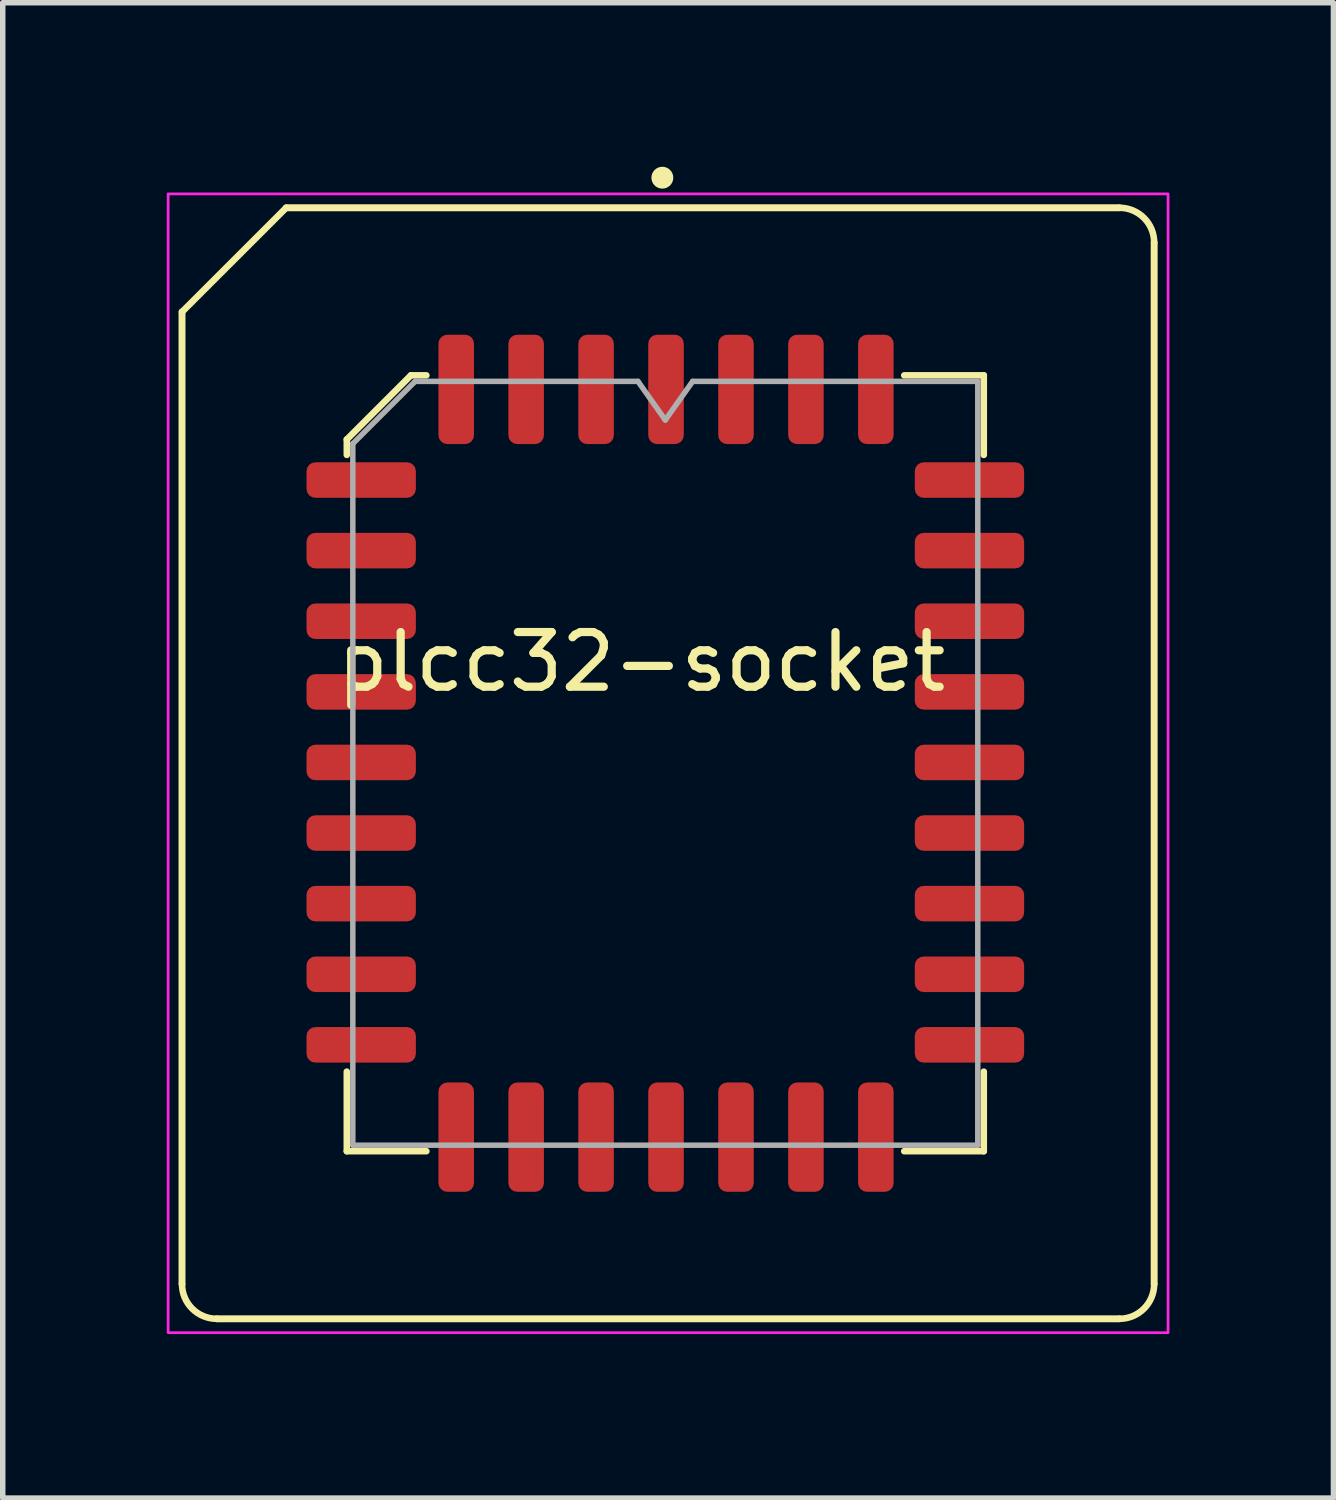
<source format=kicad_pcb>
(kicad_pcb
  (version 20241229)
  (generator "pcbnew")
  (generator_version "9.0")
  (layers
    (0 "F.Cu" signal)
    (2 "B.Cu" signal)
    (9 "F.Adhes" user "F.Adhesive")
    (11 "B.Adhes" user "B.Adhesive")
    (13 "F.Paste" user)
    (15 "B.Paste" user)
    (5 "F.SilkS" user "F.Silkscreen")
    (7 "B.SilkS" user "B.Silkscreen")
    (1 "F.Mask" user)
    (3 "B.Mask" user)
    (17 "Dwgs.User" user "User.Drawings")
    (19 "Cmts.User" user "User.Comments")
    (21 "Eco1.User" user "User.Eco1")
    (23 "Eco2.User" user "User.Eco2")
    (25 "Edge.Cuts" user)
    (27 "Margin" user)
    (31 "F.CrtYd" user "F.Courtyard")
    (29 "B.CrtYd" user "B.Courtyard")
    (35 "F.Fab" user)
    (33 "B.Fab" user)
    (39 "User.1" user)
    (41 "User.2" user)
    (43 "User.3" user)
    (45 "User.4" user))
  (footprint "plcc32-socket"
    (layer "F.Cu")
    (at 9.169 10.91)
    (property "Reference" "plcc32-socket" (at -0.486 -1.855 0) (unlocked yes) (layer "F.SilkS") (effects (font (size 1 1) (thickness 0.15))))
    (attr smd)
    (fp_line (start -8.89 -8.255) (end -8.89 9.525) (stroke (width 0.127) (type solid)) (layer "F.SilkS"))
    (fp_line (start -8.255 10.16) (end 8.255 10.16) (stroke (width 0.127) (type solid)) (layer "F.SilkS"))
    (fp_line (start -6.985 -10.16) (end -8.89 -8.255) (stroke (width 0.12) (type solid)) (layer "F.SilkS"))
    (fp_line (start -5.876 -5.923) (end -5.876 -5.64) (stroke (width 0.12) (type solid)) (layer "F.SilkS"))
    (fp_line (start -5.876 7.095) (end -5.876 5.64) (stroke (width 0.12) (type solid)) (layer "F.SilkS"))
    (fp_line (start -4.704 -7.095) (end -5.876 -5.923) (stroke (width 0.12) (type solid)) (layer "F.SilkS"))
    (fp_line (start -4.421 -7.095) (end -4.704 -7.095) (stroke (width 0.12) (type solid)) (layer "F.SilkS"))
    (fp_line (start -4.421 7.095) (end -5.876 7.095) (stroke (width 0.12) (type solid)) (layer "F.SilkS"))
    (fp_line (start 4.319 -7.095) (end 5.774 -7.095) (stroke (width 0.12) (type solid)) (layer "F.SilkS"))
    (fp_line (start 4.319 7.095) (end 5.774 7.095) (stroke (width 0.12) (type solid)) (layer "F.SilkS"))
    (fp_line (start 5.774 -7.095) (end 5.774 -5.64) (stroke (width 0.12) (type solid)) (layer "F.SilkS"))
    (fp_line (start 5.774 7.095) (end 5.774 5.64) (stroke (width 0.12) (type solid)) (layer "F.SilkS"))
    (fp_line (start 8.255 -10.16) (end -6.985 -10.16) (stroke (width 0.127) (type solid)) (layer "F.SilkS"))
    (fp_line (start 8.89 9.525) (end 8.89 -9.525) (stroke (width 0.127) (type solid)) (layer "F.SilkS"))
    (fp_arc (start -8.255 10.16) (mid -8.704013 9.974013) (end -8.89 9.525) (stroke (width 0.12) (type solid)) (layer "F.SilkS"))
    (fp_arc (start 8.255 -10.16) (mid 8.704013 -9.974013) (end 8.89 -9.525) (stroke (width 0.12) (type solid)) (layer "F.SilkS"))
    (fp_arc (start 8.89 9.525) (mid 8.704013 9.974013) (end 8.255 10.16) (stroke (width 0.12) (type solid)) (layer "F.SilkS"))
    (fp_circle (center -0.105 -10.71) (end -0.105 -10.71) (stroke (width 0.4) (type solid)) (fill yes) (layer "F.SilkS"))
    (fp_rect (start 9.144 10.414) (end -9.144 -10.414) (stroke (width 0.05) (type solid)) (fill no) (layer "F.CrtYd"))
    (fp_line (start -5.766 -5.845) (end -4.626 -6.985) (stroke (width 0.1) (type solid)) (layer "F.Fab"))
    (fp_line (start -5.766 6.985) (end -5.766 -5.845) (stroke (width 0.1) (type solid)) (layer "F.Fab"))
    (fp_line (start -4.626 -6.985) (end -0.551 -6.985) (stroke (width 0.1) (type solid)) (layer "F.Fab"))
    (fp_line (start -0.551 -6.985) (end -0.051 -6.278) (stroke (width 0.1) (type solid)) (layer "F.Fab"))
    (fp_line (start -0.051 -6.278) (end 0.449 -6.985) (stroke (width 0.1) (type solid)) (layer "F.Fab"))
    (fp_line (start 0.449 -6.985) (end 5.664 -6.985) (stroke (width 0.1) (type solid)) (layer "F.Fab"))
    (fp_line (start 5.664 -6.985) (end 5.664 6.985) (stroke (width 0.1) (type solid)) (layer "F.Fab"))
    (fp_line (start 5.664 6.985) (end -5.766 6.985) (stroke (width 0.1) (type solid)) (layer "F.Fab"))
    (pad "1" smd roundrect (at -0.038 -6.838) (size 0.65 2) (layers "F.Cu" "F.Mask" "F.Paste") (roundrect_rratio 0.25))
    (pad "2" smd roundrect (at -1.317 -6.838) (size 0.65 2) (layers "F.Cu" "F.Mask" "F.Paste") (roundrect_rratio 0.25))
    (pad "3" smd roundrect (at -2.596 -6.838) (size 0.65 2) (layers "F.Cu" "F.Mask" "F.Paste") (roundrect_rratio 0.25))
    (pad "4" smd roundrect (at -3.875 -6.838) (size 0.65 2) (layers "F.Cu" "F.Mask" "F.Paste") (roundrect_rratio 0.25))
    (pad "5" smd roundrect (at -5.613 -5.18) (size 2 0.65) (layers "F.Cu" "F.Mask" "F.Paste") (roundrect_rratio 0.25))
    (pad "6" smd roundrect (at -5.613 -3.889) (size 2 0.65) (layers "F.Cu" "F.Mask" "F.Paste") (roundrect_rratio 0.25))
    (pad "7" smd roundrect (at -5.613 -2.598) (size 2 0.65) (layers "F.Cu" "F.Mask" "F.Paste") (roundrect_rratio 0.25))
    (pad "8" smd roundrect (at -5.613 -1.306) (size 2 0.65) (layers "F.Cu" "F.Mask" "F.Paste") (roundrect_rratio 0.25))
    (pad "9" smd roundrect (at -5.613 -0.015) (size 2 0.65) (layers "F.Cu" "F.Mask" "F.Paste") (roundrect_rratio 0.25))
    (pad "10" smd roundrect (at -5.613 1.276) (size 2 0.65) (layers "F.Cu" "F.Mask" "F.Paste") (roundrect_rratio 0.25))
    (pad "11" smd roundrect (at -5.613 2.567) (size 2 0.65) (layers "F.Cu" "F.Mask" "F.Paste") (roundrect_rratio 0.25))
    (pad "12" smd roundrect (at -5.613 3.859) (size 2 0.65) (layers "F.Cu" "F.Mask" "F.Paste") (roundrect_rratio 0.25))
    (pad "13" smd roundrect (at -5.613 5.15) (size 2 0.65) (layers "F.Cu" "F.Mask" "F.Paste") (roundrect_rratio 0.25))
    (pad "14" smd roundrect (at -3.875 6.838) (size 0.65 2) (layers "F.Cu" "F.Mask" "F.Paste") (roundrect_rratio 0.25))
    (pad "15" smd roundrect (at -2.596 6.838) (size 0.65 2) (layers "F.Cu" "F.Mask" "F.Paste") (roundrect_rratio 0.25))
    (pad "16" smd roundrect (at -1.317 6.838) (size 0.65 2) (layers "F.Cu" "F.Mask" "F.Paste") (roundrect_rratio 0.25))
    (pad "17" smd roundrect (at -0.038 6.838) (size 0.65 2) (layers "F.Cu" "F.Mask" "F.Paste") (roundrect_rratio 0.25))
    (pad "18" smd roundrect (at 1.242 6.838) (size 0.65 2) (layers "F.Cu" "F.Mask" "F.Paste") (roundrect_rratio 0.25))
    (pad "19" smd roundrect (at 2.521 6.838) (size 0.65 2) (layers "F.Cu" "F.Mask" "F.Paste") (roundrect_rratio 0.25))
    (pad "20" smd roundrect (at 3.8 6.838) (size 0.65 2) (layers "F.Cu" "F.Mask" "F.Paste") (roundrect_rratio 0.25))
    (pad "21" smd roundrect (at 5.512 5.15) (size 2 0.65) (layers "F.Cu" "F.Mask" "F.Paste") (roundrect_rratio 0.25))
    (pad "22" smd roundrect (at 5.512 3.859) (size 2 0.65) (layers "F.Cu" "F.Mask" "F.Paste") (roundrect_rratio 0.25))
    (pad "23" smd roundrect (at 5.512 2.567) (size 2 0.65) (layers "F.Cu" "F.Mask" "F.Paste") (roundrect_rratio 0.25))
    (pad "24" smd roundrect (at 5.512 1.276) (size 2 0.65) (layers "F.Cu" "F.Mask" "F.Paste") (roundrect_rratio 0.25))
    (pad "25" smd roundrect (at 5.512 -0.015) (size 2 0.65) (layers "F.Cu" "F.Mask" "F.Paste") (roundrect_rratio 0.25))
    (pad "26" smd roundrect (at 5.512 -1.306) (size 2 0.65) (layers "F.Cu" "F.Mask" "F.Paste") (roundrect_rratio 0.25))
    (pad "27" smd roundrect (at 5.512 -2.598) (size 2 0.65) (layers "F.Cu" "F.Mask" "F.Paste") (roundrect_rratio 0.25))
    (pad "28" smd roundrect (at 5.512 -3.889) (size 2 0.65) (layers "F.Cu" "F.Mask" "F.Paste") (roundrect_rratio 0.25))
    (pad "29" smd roundrect (at 5.512 -5.18) (size 2 0.65) (layers "F.Cu" "F.Mask" "F.Paste") (roundrect_rratio 0.25))
    (pad "30" smd roundrect (at 3.8 -6.838) (size 0.65 2) (layers "F.Cu" "F.Mask" "F.Paste") (roundrect_rratio 0.25))
    (pad "31" smd roundrect (at 2.521 -6.838) (size 0.65 2) (layers "F.Cu" "F.Mask" "F.Paste") (roundrect_rratio 0.25))
    (pad "32" smd roundrect (at 1.242 -6.838) (size 0.65 2) (layers "F.Cu" "F.Mask" "F.Paste") (roundrect_rratio 0.25)))
  (gr_rect
    (start -3 -3)
    (end 21.338 24.349)
    (stroke (width 0.1) (type default))
    (fill no)
    (layer "Edge.Cuts")))
</source>
